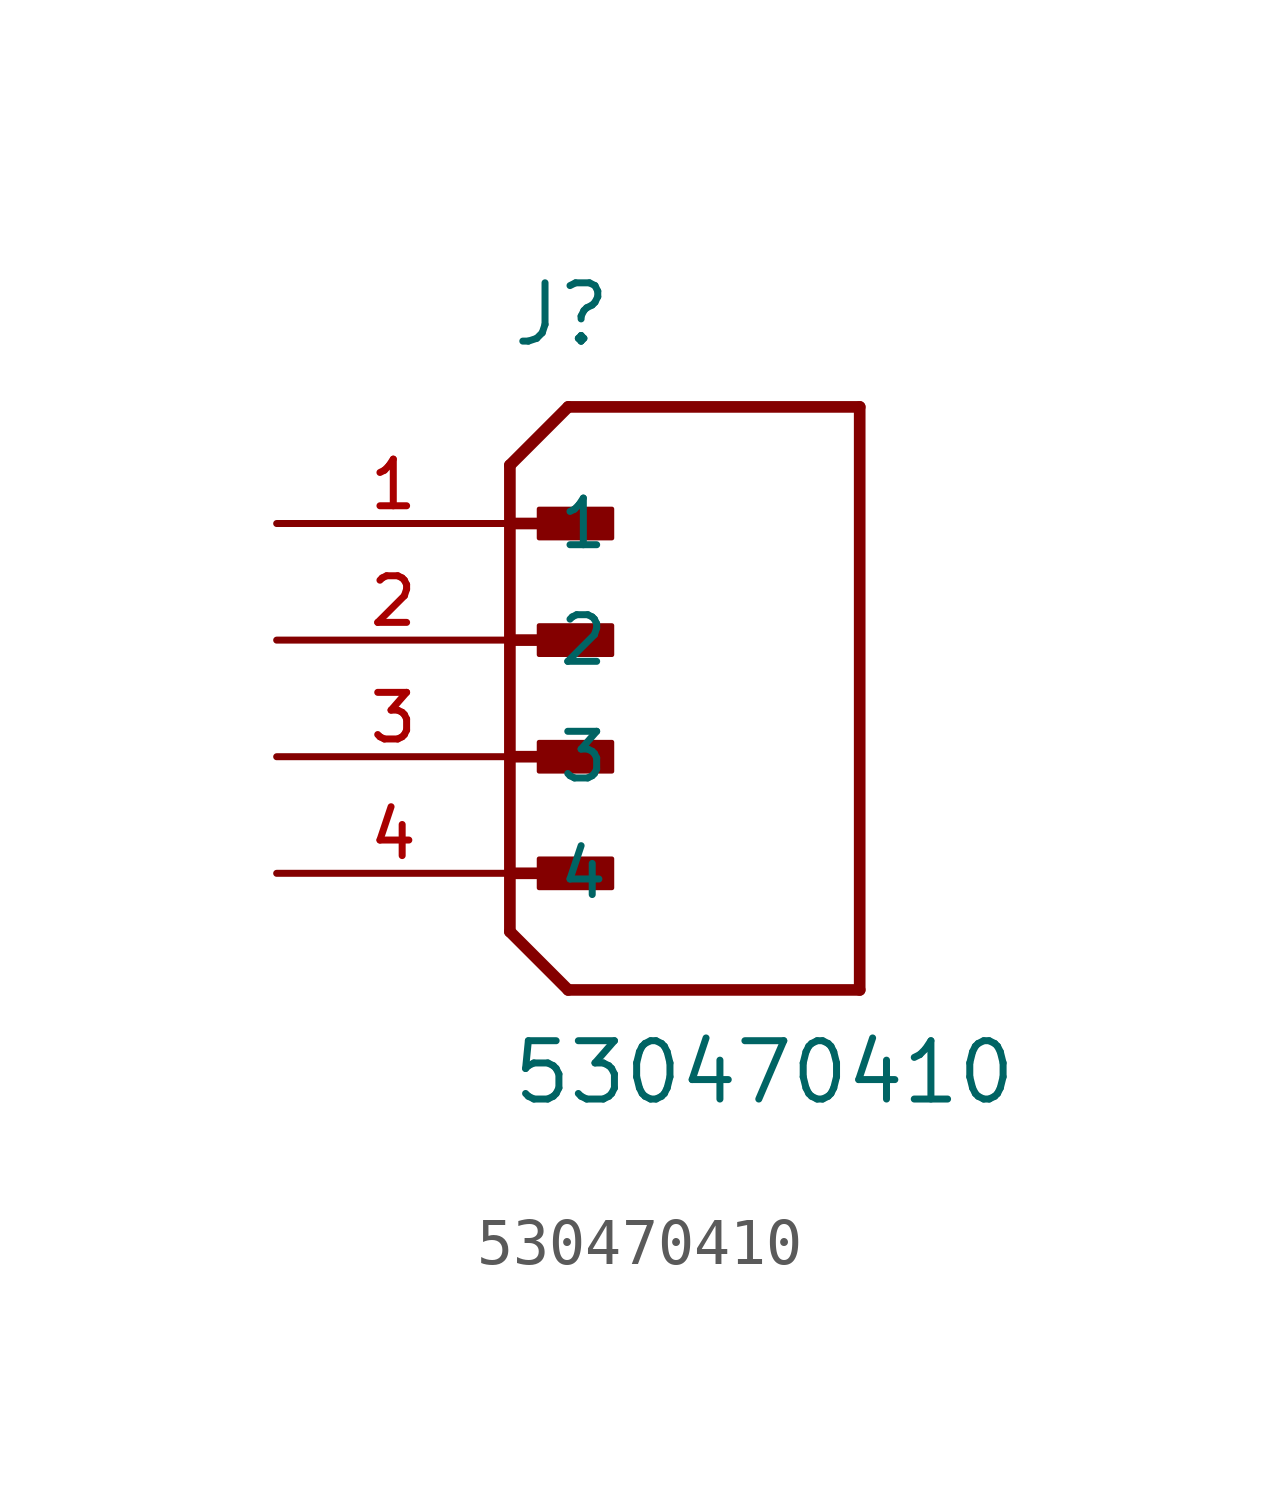
<source format=kicad_sym>
(kicad_symbol_lib
  (version 20211014)
  (generator kicad_symbol_editor)
  (symbol "530470410"
    (pin_names
      (offset 1.016))
    (property "Reference" "J"
      (at 0.0 6.35 0)
      (effects (font (size 1.27 1.27)) (justify bottom left)))
    (property "Value" "530470410"
      (at 0.0 -10.16 0)
      (effects (font (size 1.27 1.27)) (justify bottom left)))
    (symbol "530470410_0_0"
      (polyline (pts (xy 0.0 3.81) (xy 1.27 5.08)) (stroke (width 0.254)))
      (polyline (pts (xy 0.0 -6.35) (xy 1.27 -7.62)) (stroke (width 0.254)))
      (polyline (pts (xy 1.27 -7.62) (xy 7.62 -7.62)) (stroke (width 0.254)))
      (polyline (pts (xy 7.62 -7.62) (xy 7.62 5.08)) (stroke (width 0.254)))
      (polyline (pts (xy 7.62 5.08) (xy 1.27 5.08)) (stroke (width 0.254)))
      (polyline (pts (xy 0.0 2.54) (xy 1.905 2.54)) (stroke (width 0.254)))
      (rectangle (start 0.635 2.223) (end 2.223 2.857) (stroke (width 0.1)) (fill (type outline)))
      (polyline (pts (xy 0.0 0.0) (xy 1.905 0.0)) (stroke (width 0.254)))
      (rectangle (start 0.635 -0.318) (end 2.223 0.318) (stroke (width 0.1)) (fill (type outline)))
      (polyline (pts (xy 0.0 3.81) (xy 0.0 -6.35)) (stroke (width 0.254)))
      (polyline (pts (xy 0.0 -2.54) (xy 1.905 -2.54)) (stroke (width 0.254)))
      (rectangle (start 0.635 -2.857) (end 2.223 -2.223) (stroke (width 0.1)) (fill (type outline)))
      (polyline (pts (xy 0.0 -5.08) (xy 1.905 -5.08)) (stroke (width 0.254)))
      (rectangle (start 0.635 -5.397) (end 2.223 -4.763) (stroke (width 0.1)) (fill (type outline)))
      (pin passive line (at -5.08 2.54 0) (length 5.08) (name "1" (effects (font (size 1.016 1.016)))) (number "1" (effects (font (size 1.016 1.016)))))
      (pin passive line (at -5.08 0.0 0) (length 5.08) (name "2" (effects (font (size 1.016 1.016)))) (number "2" (effects (font (size 1.016 1.016)))))
      (pin passive line (at -5.08 -2.54 0) (length 5.08) (name "3" (effects (font (size 1.016 1.016)))) (number "3" (effects (font (size 1.016 1.016)))))
      (pin passive line (at -5.08 -5.08 0) (length 5.08) (name "4" (effects (font (size 1.016 1.016)))) (number "4" (effects (font (size 1.016 1.016))))))))
</source>
